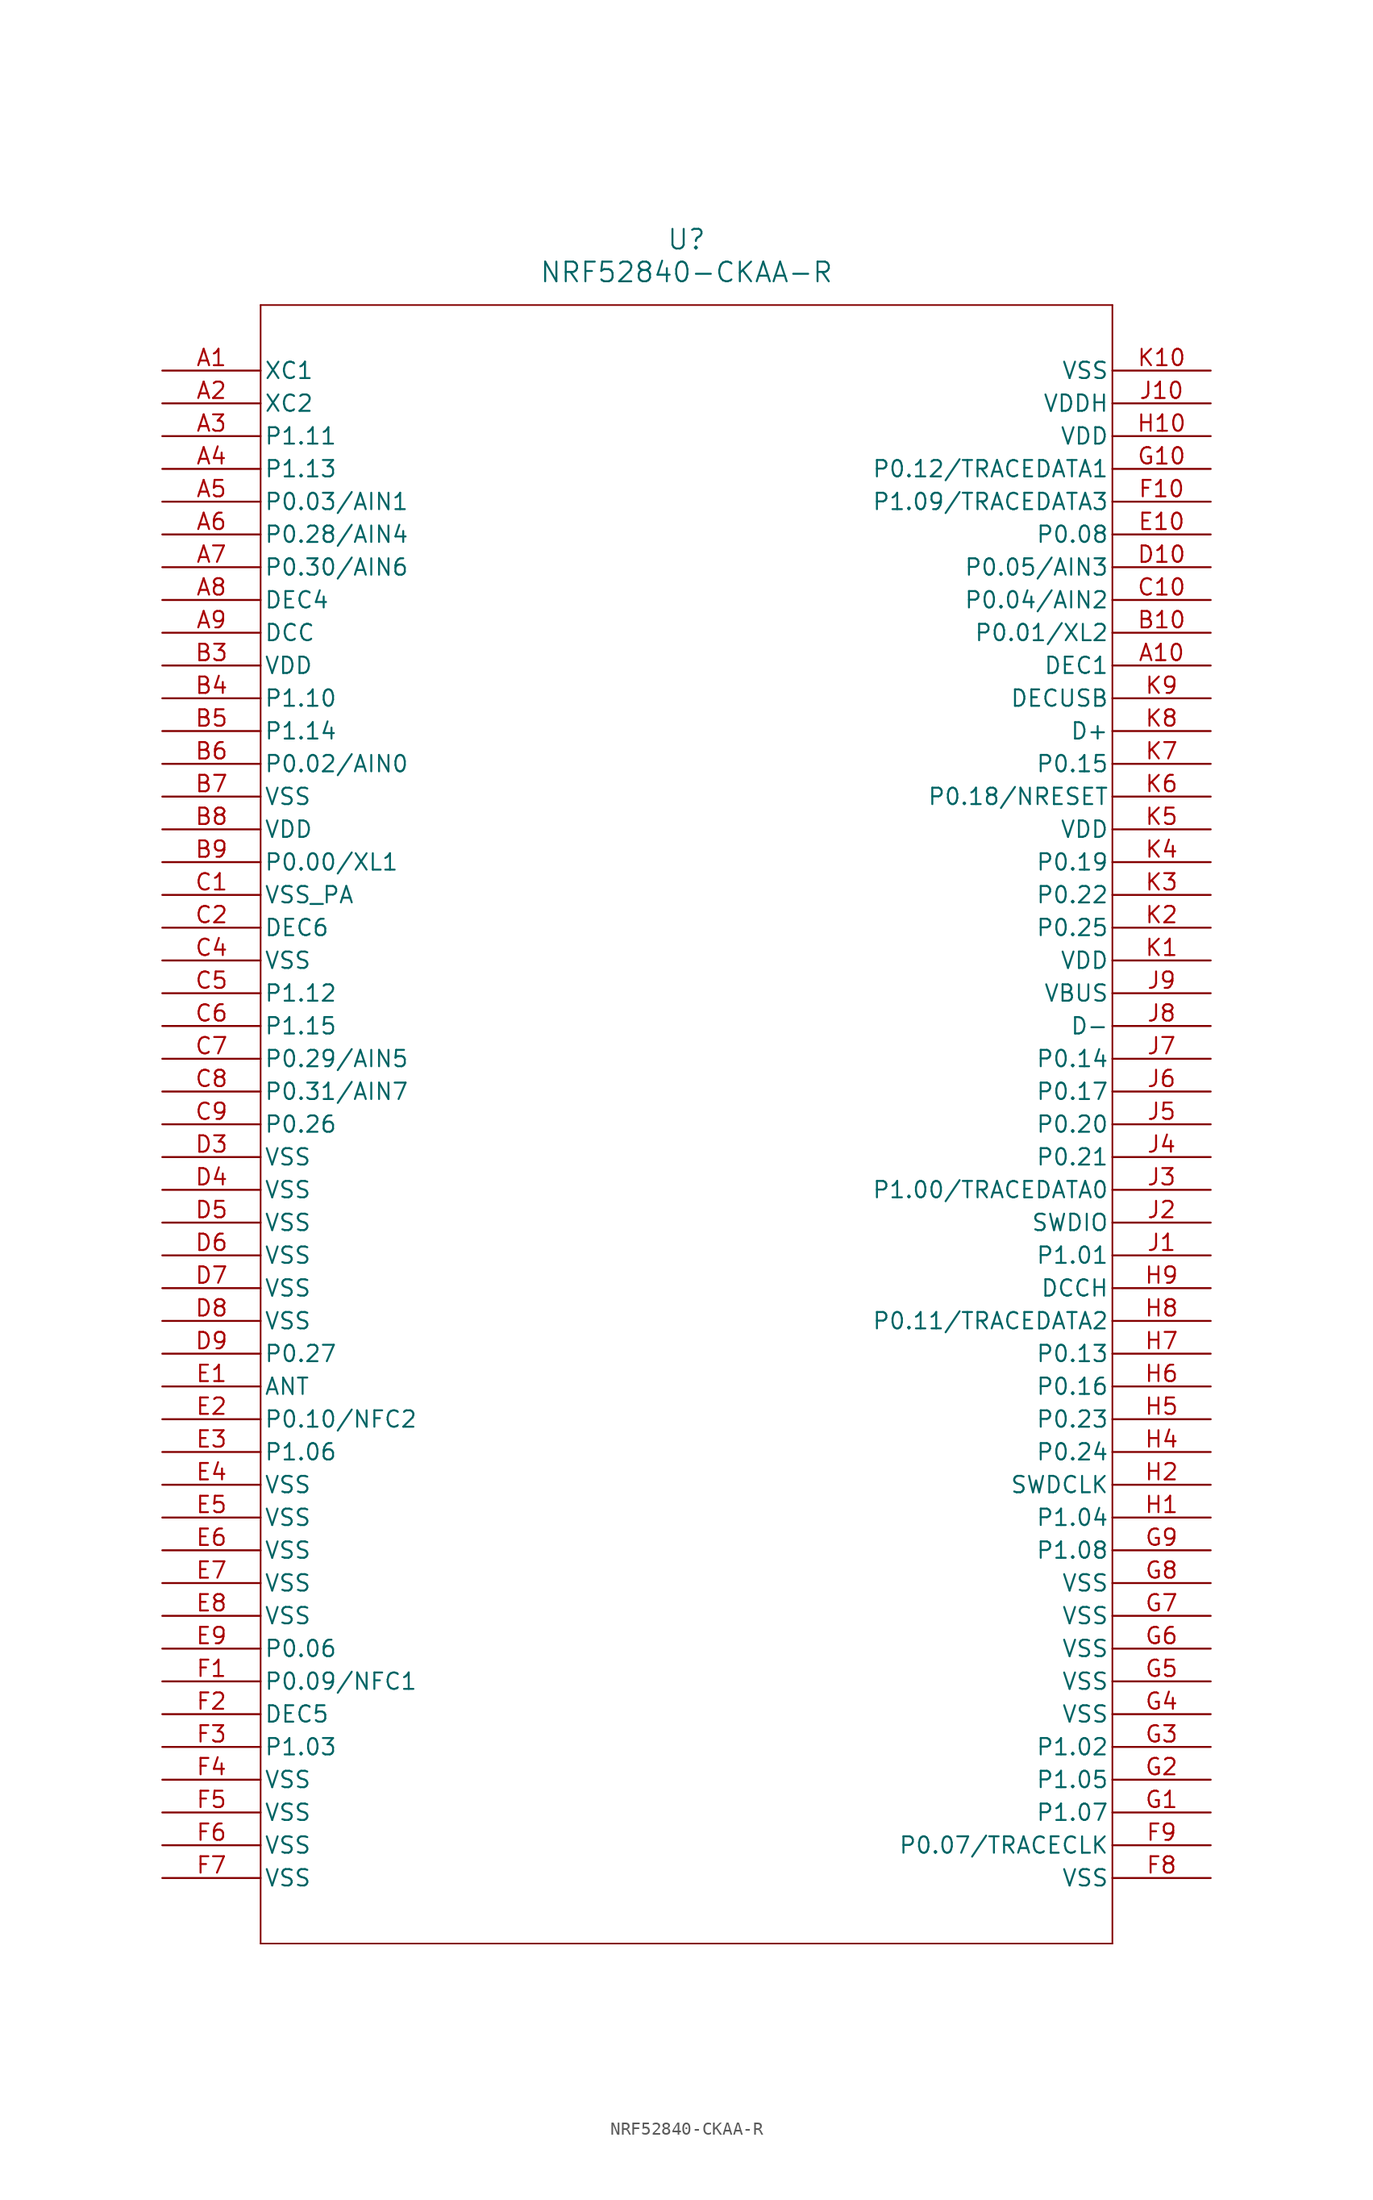
<source format=kicad_sym>
(kicad_symbol_lib
  (version 20211014)
  (generator kicad_symbol_editor)
  (symbol "NRF52840-CKAA-R"
    (pin_names
      (offset 0.254))
    (property "Reference" "U"
      (at 40.64 10.16 0)
      (effects (font (size 1.524 1.524))))
    (property "Value" "NRF52840-CKAA-R"
      (at 40.64 7.62 0)
      (effects (font (size 1.524 1.524))))
    (symbol "NRF52840-CKAA-R_0_1"
      (polyline (pts (xy 7.62 5.08) (xy 7.62 -121.92)) (stroke (width 0.127) (type default) (color 0 0 0 0)) (fill (type none)))
      (polyline (pts (xy 7.62 -121.92) (xy 73.66 -121.92)) (stroke (width 0.127) (type default) (color 0 0 0 0)) (fill (type none)))
      (polyline (pts (xy 73.66 -121.92) (xy 73.66 5.08)) (stroke (width 0.127) (type default) (color 0 0 0 0)) (fill (type none)))
      (polyline (pts (xy 73.66 5.08) (xy 7.62 5.08)) (stroke (width 0.127) (type default) (color 0 0 0 0)) (fill (type none)))
      (pin input line (at 0 0 0) (length 7.62) (name "XC1" (effects (font (size 1.27 1.27)))) (number "A1" (effects (font (size 1.27 1.27)))))
      (pin input line (at 0 -2.54 0) (length 7.62) (name "XC2" (effects (font (size 1.27 1.27)))) (number "A2" (effects (font (size 1.27 1.27)))))
      (pin bidirectional line (at 0 -5.08 0) (length 7.62) (name "P1.11" (effects (font (size 1.27 1.27)))) (number "A3" (effects (font (size 1.27 1.27)))))
      (pin bidirectional line (at 0 -7.62 0) (length 7.62) (name "P1.13" (effects (font (size 1.27 1.27)))) (number "A4" (effects (font (size 1.27 1.27)))))
      (pin bidirectional line (at 0 -10.16 0) (length 7.62) (name "P0.03/AIN1" (effects (font (size 1.27 1.27)))) (number "A5" (effects (font (size 1.27 1.27)))))
      (pin bidirectional line (at 0 -12.7 0) (length 7.62) (name "P0.28/AIN4" (effects (font (size 1.27 1.27)))) (number "A6" (effects (font (size 1.27 1.27)))))
      (pin bidirectional line (at 0 -15.24 0) (length 7.62) (name "P0.30/AIN6" (effects (font (size 1.27 1.27)))) (number "A7" (effects (font (size 1.27 1.27)))))
      (pin power_in line (at 0 -17.78 0) (length 7.62) (name "DEC4" (effects (font (size 1.27 1.27)))) (number "A8" (effects (font (size 1.27 1.27)))))
      (pin power_in line (at 0 -20.32 0) (length 7.62) (name "DCC" (effects (font (size 1.27 1.27)))) (number "A9" (effects (font (size 1.27 1.27)))))
      (pin power_in line (at 0 -22.86 0) (length 7.62) (name "VDD" (effects (font (size 1.27 1.27)))) (number "B3" (effects (font (size 1.27 1.27)))))
      (pin bidirectional line (at 0 -25.4 0) (length 7.62) (name "P1.10" (effects (font (size 1.27 1.27)))) (number "B4" (effects (font (size 1.27 1.27)))))
      (pin bidirectional line (at 0 -27.94 0) (length 7.62) (name "P1.14" (effects (font (size 1.27 1.27)))) (number "B5" (effects (font (size 1.27 1.27)))))
      (pin bidirectional line (at 0 -30.48 0) (length 7.62) (name "P0.02/AIN0" (effects (font (size 1.27 1.27)))) (number "B6" (effects (font (size 1.27 1.27)))))
      (pin power_in line (at 0 -33.02 0) (length 7.62) (name "VSS" (effects (font (size 1.27 1.27)))) (number "B7" (effects (font (size 1.27 1.27)))))
      (pin power_in line (at 0 -35.56 0) (length 7.62) (name "VDD" (effects (font (size 1.27 1.27)))) (number "B8" (effects (font (size 1.27 1.27)))))
      (pin bidirectional line (at 0 -38.1 0) (length 7.62) (name "P0.00/XL1" (effects (font (size 1.27 1.27)))) (number "B9" (effects (font (size 1.27 1.27)))))
      (pin power_in line (at 0 -40.64 0) (length 7.62) (name "VSS_PA" (effects (font (size 1.27 1.27)))) (number "C1" (effects (font (size 1.27 1.27)))))
      (pin power_in line (at 0 -43.18 0) (length 7.62) (name "DEC6" (effects (font (size 1.27 1.27)))) (number "C2" (effects (font (size 1.27 1.27)))))
      (pin power_in line (at 0 -45.72 0) (length 7.62) (name "VSS" (effects (font (size 1.27 1.27)))) (number "C4" (effects (font (size 1.27 1.27)))))
      (pin bidirectional line (at 0 -48.26 0) (length 7.62) (name "P1.12" (effects (font (size 1.27 1.27)))) (number "C5" (effects (font (size 1.27 1.27)))))
      (pin bidirectional line (at 0 -50.8 0) (length 7.62) (name "P1.15" (effects (font (size 1.27 1.27)))) (number "C6" (effects (font (size 1.27 1.27)))))
      (pin bidirectional line (at 0 -53.34 0) (length 7.62) (name "P0.29/AIN5" (effects (font (size 1.27 1.27)))) (number "C7" (effects (font (size 1.27 1.27)))))
      (pin bidirectional line (at 0 -55.88 0) (length 7.62) (name "P0.31/AIN7" (effects (font (size 1.27 1.27)))) (number "C8" (effects (font (size 1.27 1.27)))))
      (pin bidirectional line (at 0 -58.42 0) (length 7.62) (name "P0.26" (effects (font (size 1.27 1.27)))) (number "C9" (effects (font (size 1.27 1.27)))))
      (pin power_in line (at 0 -60.96 0) (length 7.62) (name "VSS" (effects (font (size 1.27 1.27)))) (number "D3" (effects (font (size 1.27 1.27)))))
      (pin power_in line (at 0 -63.5 0) (length 7.62) (name "VSS" (effects (font (size 1.27 1.27)))) (number "D4" (effects (font (size 1.27 1.27)))))
      (pin power_in line (at 0 -66.04 0) (length 7.62) (name "VSS" (effects (font (size 1.27 1.27)))) (number "D5" (effects (font (size 1.27 1.27)))))
      (pin power_in line (at 0 -68.58 0) (length 7.62) (name "VSS" (effects (font (size 1.27 1.27)))) (number "D6" (effects (font (size 1.27 1.27)))))
      (pin power_in line (at 0 -71.12 0) (length 7.62) (name "VSS" (effects (font (size 1.27 1.27)))) (number "D7" (effects (font (size 1.27 1.27)))))
      (pin power_in line (at 0 -73.66 0) (length 7.62) (name "VSS" (effects (font (size 1.27 1.27)))) (number "D8" (effects (font (size 1.27 1.27)))))
      (pin bidirectional line (at 0 -76.2 0) (length 7.62) (name "P0.27" (effects (font (size 1.27 1.27)))) (number "D9" (effects (font (size 1.27 1.27)))))
      (pin unspecified line (at 0 -78.74 0) (length 7.62) (name "ANT" (effects (font (size 1.27 1.27)))) (number "E1" (effects (font (size 1.27 1.27)))))
      (pin bidirectional line (at 0 -81.28 0) (length 7.62) (name "P0.10/NFC2" (effects (font (size 1.27 1.27)))) (number "E2" (effects (font (size 1.27 1.27)))))
      (pin bidirectional line (at 0 -83.82 0) (length 7.62) (name "P1.06" (effects (font (size 1.27 1.27)))) (number "E3" (effects (font (size 1.27 1.27)))))
      (pin power_in line (at 0 -86.36 0) (length 7.62) (name "VSS" (effects (font (size 1.27 1.27)))) (number "E4" (effects (font (size 1.27 1.27)))))
      (pin power_in line (at 0 -88.9 0) (length 7.62) (name "VSS" (effects (font (size 1.27 1.27)))) (number "E5" (effects (font (size 1.27 1.27)))))
      (pin power_in line (at 0 -91.44 0) (length 7.62) (name "VSS" (effects (font (size 1.27 1.27)))) (number "E6" (effects (font (size 1.27 1.27)))))
      (pin power_in line (at 0 -93.98 0) (length 7.62) (name "VSS" (effects (font (size 1.27 1.27)))) (number "E7" (effects (font (size 1.27 1.27)))))
      (pin power_in line (at 0 -96.52 0) (length 7.62) (name "VSS" (effects (font (size 1.27 1.27)))) (number "E8" (effects (font (size 1.27 1.27)))))
      (pin bidirectional line (at 0 -99.06 0) (length 7.62) (name "P0.06" (effects (font (size 1.27 1.27)))) (number "E9" (effects (font (size 1.27 1.27)))))
      (pin bidirectional line (at 0 -101.6 0) (length 7.62) (name "P0.09/NFC1" (effects (font (size 1.27 1.27)))) (number "F1" (effects (font (size 1.27 1.27)))))
      (pin power_in line (at 0 -104.14 0) (length 7.62) (name "DEC5" (effects (font (size 1.27 1.27)))) (number "F2" (effects (font (size 1.27 1.27)))))
      (pin bidirectional line (at 0 -106.68 0) (length 7.62) (name "P1.03" (effects (font (size 1.27 1.27)))) (number "F3" (effects (font (size 1.27 1.27)))))
      (pin power_in line (at 0 -109.22 0) (length 7.62) (name "VSS" (effects (font (size 1.27 1.27)))) (number "F4" (effects (font (size 1.27 1.27)))))
      (pin power_in line (at 0 -111.76 0) (length 7.62) (name "VSS" (effects (font (size 1.27 1.27)))) (number "F5" (effects (font (size 1.27 1.27)))))
      (pin power_in line (at 0 -114.3 0) (length 7.62) (name "VSS" (effects (font (size 1.27 1.27)))) (number "F6" (effects (font (size 1.27 1.27)))))
      (pin power_in line (at 0 -116.84 0) (length 7.62) (name "VSS" (effects (font (size 1.27 1.27)))) (number "F7" (effects (font (size 1.27 1.27)))))
      (pin power_in line (at 81.28 -116.84 180) (length 7.62) (name "VSS" (effects (font (size 1.27 1.27)))) (number "F8" (effects (font (size 1.27 1.27)))))
      (pin bidirectional line (at 81.28 -114.3 180) (length 7.62) (name "P0.07/TRACECLK" (effects (font (size 1.27 1.27)))) (number "F9" (effects (font (size 1.27 1.27)))))
      (pin bidirectional line (at 81.28 -111.76 180) (length 7.62) (name "P1.07" (effects (font (size 1.27 1.27)))) (number "G1" (effects (font (size 1.27 1.27)))))
      (pin bidirectional line (at 81.28 -109.22 180) (length 7.62) (name "P1.05" (effects (font (size 1.27 1.27)))) (number "G2" (effects (font (size 1.27 1.27)))))
      (pin bidirectional line (at 81.28 -106.68 180) (length 7.62) (name "P1.02" (effects (font (size 1.27 1.27)))) (number "G3" (effects (font (size 1.27 1.27)))))
      (pin power_in line (at 81.28 -104.14 180) (length 7.62) (name "VSS" (effects (font (size 1.27 1.27)))) (number "G4" (effects (font (size 1.27 1.27)))))
      (pin power_in line (at 81.28 -101.6 180) (length 7.62) (name "VSS" (effects (font (size 1.27 1.27)))) (number "G5" (effects (font (size 1.27 1.27)))))
      (pin power_in line (at 81.28 -99.06 180) (length 7.62) (name "VSS" (effects (font (size 1.27 1.27)))) (number "G6" (effects (font (size 1.27 1.27)))))
      (pin power_in line (at 81.28 -96.52 180) (length 7.62) (name "VSS" (effects (font (size 1.27 1.27)))) (number "G7" (effects (font (size 1.27 1.27)))))
      (pin power_in line (at 81.28 -93.98 180) (length 7.62) (name "VSS" (effects (font (size 1.27 1.27)))) (number "G8" (effects (font (size 1.27 1.27)))))
      (pin bidirectional line (at 81.28 -91.44 180) (length 7.62) (name "P1.08" (effects (font (size 1.27 1.27)))) (number "G9" (effects (font (size 1.27 1.27)))))
      (pin bidirectional line (at 81.28 -88.9 180) (length 7.62) (name "P1.04" (effects (font (size 1.27 1.27)))) (number "H1" (effects (font (size 1.27 1.27)))))
      (pin input line (at 81.28 -86.36 180) (length 7.62) (name "SWDCLK" (effects (font (size 1.27 1.27)))) (number "H2" (effects (font (size 1.27 1.27)))))
      (pin bidirectional line (at 81.28 -83.82 180) (length 7.62) (name "P0.24" (effects (font (size 1.27 1.27)))) (number "H4" (effects (font (size 1.27 1.27)))))
      (pin bidirectional line (at 81.28 -81.28 180) (length 7.62) (name "P0.23" (effects (font (size 1.27 1.27)))) (number "H5" (effects (font (size 1.27 1.27)))))
      (pin bidirectional line (at 81.28 -78.74 180) (length 7.62) (name "P0.16" (effects (font (size 1.27 1.27)))) (number "H6" (effects (font (size 1.27 1.27)))))
      (pin bidirectional line (at 81.28 -76.2 180) (length 7.62) (name "P0.13" (effects (font (size 1.27 1.27)))) (number "H7" (effects (font (size 1.27 1.27)))))
      (pin bidirectional line (at 81.28 -73.66 180) (length 7.62) (name "P0.11/TRACEDATA2" (effects (font (size 1.27 1.27)))) (number "H8" (effects (font (size 1.27 1.27)))))
      (pin power_in line (at 81.28 -71.12 180) (length 7.62) (name "DCCH" (effects (font (size 1.27 1.27)))) (number "H9" (effects (font (size 1.27 1.27)))))
      (pin bidirectional line (at 81.28 -68.58 180) (length 7.62) (name "P1.01" (effects (font (size 1.27 1.27)))) (number "J1" (effects (font (size 1.27 1.27)))))
      (pin bidirectional line (at 81.28 -66.04 180) (length 7.62) (name "SWDIO" (effects (font (size 1.27 1.27)))) (number "J2" (effects (font (size 1.27 1.27)))))
      (pin bidirectional line (at 81.28 -63.5 180) (length 7.62) (name "P1.00/TRACEDATA0" (effects (font (size 1.27 1.27)))) (number "J3" (effects (font (size 1.27 1.27)))))
      (pin bidirectional line (at 81.28 -60.96 180) (length 7.62) (name "P0.21" (effects (font (size 1.27 1.27)))) (number "J4" (effects (font (size 1.27 1.27)))))
      (pin bidirectional line (at 81.28 -58.42 180) (length 7.62) (name "P0.20" (effects (font (size 1.27 1.27)))) (number "J5" (effects (font (size 1.27 1.27)))))
      (pin bidirectional line (at 81.28 -55.88 180) (length 7.62) (name "P0.17" (effects (font (size 1.27 1.27)))) (number "J6" (effects (font (size 1.27 1.27)))))
      (pin bidirectional line (at 81.28 -53.34 180) (length 7.62) (name "P0.14" (effects (font (size 1.27 1.27)))) (number "J7" (effects (font (size 1.27 1.27)))))
      (pin bidirectional line (at 81.28 -50.8 180) (length 7.62) (name "D-" (effects (font (size 1.27 1.27)))) (number "J8" (effects (font (size 1.27 1.27)))))
      (pin power_in line (at 81.28 -48.26 180) (length 7.62) (name "VBUS" (effects (font (size 1.27 1.27)))) (number "J9" (effects (font (size 1.27 1.27)))))
      (pin power_in line (at 81.28 -45.72 180) (length 7.62) (name "VDD" (effects (font (size 1.27 1.27)))) (number "K1" (effects (font (size 1.27 1.27)))))
      (pin bidirectional line (at 81.28 -43.18 180) (length 7.62) (name "P0.25" (effects (font (size 1.27 1.27)))) (number "K2" (effects (font (size 1.27 1.27)))))
      (pin bidirectional line (at 81.28 -40.64 180) (length 7.62) (name "P0.22" (effects (font (size 1.27 1.27)))) (number "K3" (effects (font (size 1.27 1.27)))))
      (pin bidirectional line (at 81.28 -38.1 180) (length 7.62) (name "P0.19" (effects (font (size 1.27 1.27)))) (number "K4" (effects (font (size 1.27 1.27)))))
      (pin power_in line (at 81.28 -35.56 180) (length 7.62) (name "VDD" (effects (font (size 1.27 1.27)))) (number "K5" (effects (font (size 1.27 1.27)))))
      (pin bidirectional line (at 81.28 -33.02 180) (length 7.62) (name "P0.18/NRESET" (effects (font (size 1.27 1.27)))) (number "K6" (effects (font (size 1.27 1.27)))))
      (pin bidirectional line (at 81.28 -30.48 180) (length 7.62) (name "P0.15" (effects (font (size 1.27 1.27)))) (number "K7" (effects (font (size 1.27 1.27)))))
      (pin bidirectional line (at 81.28 -27.94 180) (length 7.62) (name "D+" (effects (font (size 1.27 1.27)))) (number "K8" (effects (font (size 1.27 1.27)))))
      (pin power_in line (at 81.28 -25.4 180) (length 7.62) (name "DECUSB" (effects (font (size 1.27 1.27)))) (number "K9" (effects (font (size 1.27 1.27)))))
      (pin power_in line (at 81.28 -22.86 180) (length 7.62) (name "DEC1" (effects (font (size 1.27 1.27)))) (number "A10" (effects (font (size 1.27 1.27)))))
      (pin bidirectional line (at 81.28 -20.32 180) (length 7.62) (name "P0.01/XL2" (effects (font (size 1.27 1.27)))) (number "B10" (effects (font (size 1.27 1.27)))))
      (pin bidirectional line (at 81.28 -17.78 180) (length 7.62) (name "P0.04/AIN2" (effects (font (size 1.27 1.27)))) (number "C10" (effects (font (size 1.27 1.27)))))
      (pin bidirectional line (at 81.28 -15.24 180) (length 7.62) (name "P0.05/AIN3" (effects (font (size 1.27 1.27)))) (number "D10" (effects (font (size 1.27 1.27)))))
      (pin bidirectional line (at 81.28 -12.7 180) (length 7.62) (name "P0.08" (effects (font (size 1.27 1.27)))) (number "E10" (effects (font (size 1.27 1.27)))))
      (pin bidirectional line (at 81.28 -10.16 180) (length 7.62) (name "P1.09/TRACEDATA3" (effects (font (size 1.27 1.27)))) (number "F10" (effects (font (size 1.27 1.27)))))
      (pin bidirectional line (at 81.28 -7.62 180) (length 7.62) (name "P0.12/TRACEDATA1" (effects (font (size 1.27 1.27)))) (number "G10" (effects (font (size 1.27 1.27)))))
      (pin power_in line (at 81.28 -5.08 180) (length 7.62) (name "VDD" (effects (font (size 1.27 1.27)))) (number "H10" (effects (font (size 1.27 1.27)))))
      (pin power_in line (at 81.28 -2.54 180) (length 7.62) (name "VDDH" (effects (font (size 1.27 1.27)))) (number "J10" (effects (font (size 1.27 1.27)))))
      (pin power_in line (at 81.28 0 180) (length 7.62) (name "VSS" (effects (font (size 1.27 1.27)))) (number "K10" (effects (font (size 1.27 1.27))))))))
</source>
